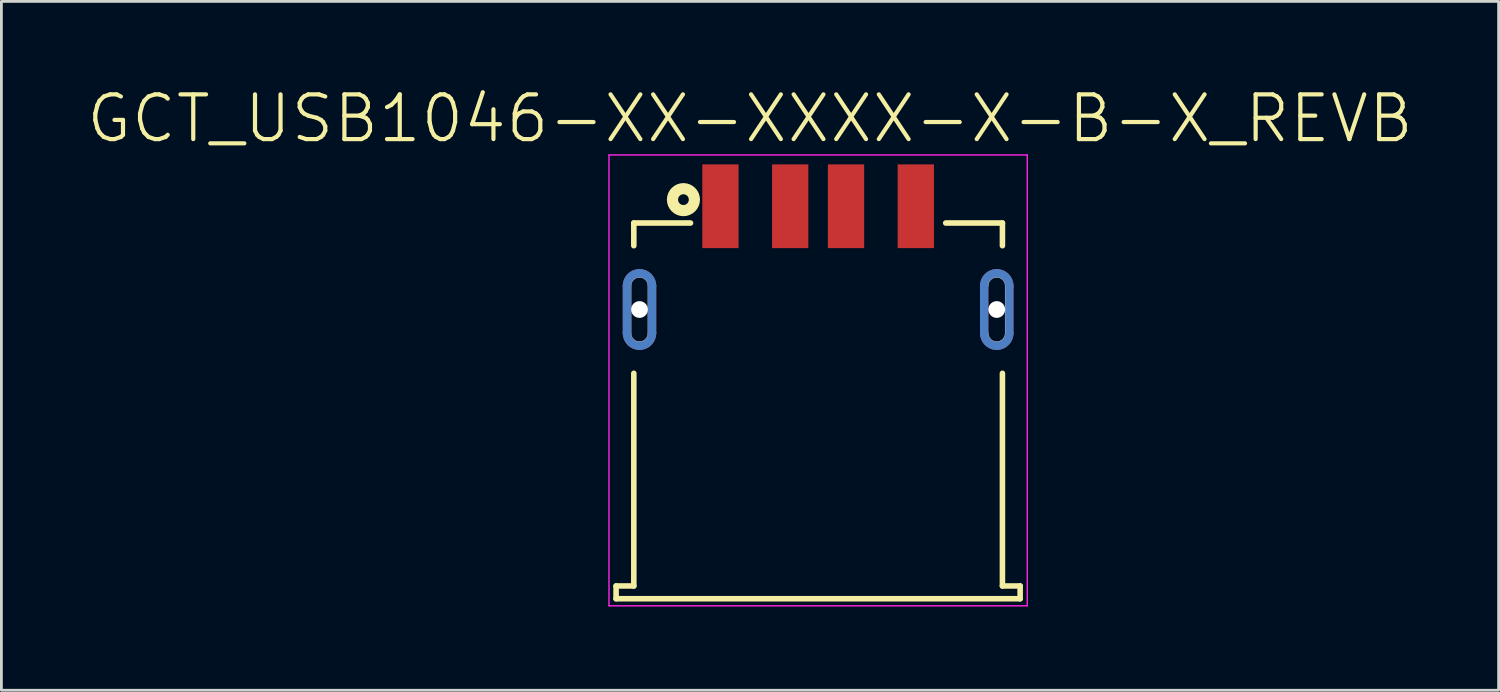
<source format=kicad_pcb>
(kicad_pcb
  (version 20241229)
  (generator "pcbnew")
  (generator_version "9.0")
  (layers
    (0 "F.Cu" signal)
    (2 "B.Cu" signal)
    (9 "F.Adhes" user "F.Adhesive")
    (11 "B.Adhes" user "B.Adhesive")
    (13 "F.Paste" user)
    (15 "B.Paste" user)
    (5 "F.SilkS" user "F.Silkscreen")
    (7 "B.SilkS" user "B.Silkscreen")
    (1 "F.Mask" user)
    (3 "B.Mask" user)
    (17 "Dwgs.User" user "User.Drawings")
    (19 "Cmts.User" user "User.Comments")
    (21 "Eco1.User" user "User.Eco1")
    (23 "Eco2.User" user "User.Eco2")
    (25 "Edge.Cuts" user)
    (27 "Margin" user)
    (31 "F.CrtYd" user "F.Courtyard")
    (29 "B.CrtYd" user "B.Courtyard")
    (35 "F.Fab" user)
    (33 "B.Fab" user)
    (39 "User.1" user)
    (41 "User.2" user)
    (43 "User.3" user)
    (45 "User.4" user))
  (footprint "GCT_USB1046-XX-XXXX-X-B-X_REVB"
    (layer "F.Cu")
    (at 26.264 8.04)
    (property "Reference" "GCT_USB1046-XX-XXXX-X-B-X_REVB" (at -2.441 -6.84 0) (layer "F.SilkS") (effects (font (size 1.602 1.602) (thickness 0.15))))
    (attr smd)
    (fp_line (start -6.85 0.85) (end -6.85 -0.85) (stroke (width 0.3) (type solid)) (layer "F.Cu"))
    (fp_line (start -5.95 -0.85) (end -5.95 0.85) (stroke (width 0.3) (type solid)) (layer "F.Cu"))
    (fp_line (start 5.95 0.85) (end 5.95 -0.85) (stroke (width 0.3) (type solid)) (layer "F.Cu"))
    (fp_line (start 6.85 -0.85) (end 6.85 0.85) (stroke (width 0.3) (type solid)) (layer "F.Cu"))
    (fp_arc (start -6.85 -0.85) (mid -6.718198 -1.168198) (end -6.4 -1.3) (stroke (width 0.3) (type solid)) (layer "F.Cu"))
    (fp_arc (start -6.4 -1.3) (mid -6.081802 -1.168198) (end -5.95 -0.85) (stroke (width 0.3) (type solid)) (layer "F.Cu"))
    (fp_arc (start -6.4 1.3) (mid -6.718198 1.168198) (end -6.85 0.85) (stroke (width 0.3) (type solid)) (layer "F.Cu"))
    (fp_arc (start -5.95 0.85) (mid -6.081802 1.168198) (end -6.4 1.3) (stroke (width 0.3) (type solid)) (layer "F.Cu"))
    (fp_arc (start 5.95 -0.85) (mid 6.081802 -1.168198) (end 6.4 -1.3) (stroke (width 0.3) (type solid)) (layer "F.Cu"))
    (fp_arc (start 6.4 -1.3) (mid 6.718198 -1.168198) (end 6.85 -0.85) (stroke (width 0.3) (type solid)) (layer "F.Cu"))
    (fp_arc (start 6.4 1.3) (mid 6.081802 1.168198) (end 5.95 0.85) (stroke (width 0.3) (type solid)) (layer "F.Cu"))
    (fp_arc (start 6.85 0.85) (mid 6.718198 1.168198) (end 6.4 1.3) (stroke (width 0.3) (type solid)) (layer "F.Cu"))
    (fp_poly (pts (xy -7.1 0.8) (xy -7.1 -0.8) (xy -7.099 -0.837) (xy -7.096 -0.873) (xy -7.091 -0.91) (xy -7.085 -0.946) (xy -7.076 -0.981) (xy -7.066 -1.016) (xy -7.054 -1.051) (xy -7.039 -1.085) (xy -7.024 -1.118) (xy -7.006 -1.15) (xy -6.987 -1.181) (xy -6.966 -1.211) (xy -6.944 -1.241) (xy -6.92 -1.268) (xy -6.895 -1.295) (xy -6.868 -1.32) (xy -6.841 -1.344) (xy -6.811 -1.366) (xy -6.781 -1.387) (xy -6.75 -1.406) (xy -6.718 -1.424) (xy -6.685 -1.439) (xy -6.651 -1.454) (xy -6.616 -1.466) (xy -6.581 -1.476) (xy -6.546 -1.485) (xy -6.51 -1.491) (xy -6.473 -1.496) (xy -6.437 -1.499) (xy -6.4 -1.5) (xy -6.363 -1.499) (xy -6.327 -1.496) (xy -6.29 -1.491) (xy -6.254 -1.485) (xy -6.219 -1.476) (xy -6.184 -1.466) (xy -6.149 -1.454) (xy -6.115 -1.439) (xy -6.082 -1.424) (xy -6.05 -1.406) (xy -6.019 -1.387) (xy -5.989 -1.366) (xy -5.959 -1.344) (xy -5.932 -1.32) (xy -5.905 -1.295) (xy -5.88 -1.268) (xy -5.856 -1.241) (xy -5.834 -1.211) (xy -5.813 -1.181) (xy -5.794 -1.15) (xy -5.776 -1.118) (xy -5.761 -1.085) (xy -5.746 -1.051) (xy -5.734 -1.016) (xy -5.724 -0.981) (xy -5.715 -0.946) (xy -5.709 -0.91) (xy -5.704 -0.873) (xy -5.701 -0.837) (xy -5.7 -0.8) (xy -5.7 0.8) (xy -5.701 0.837) (xy -5.704 0.873) (xy -5.709 0.91) (xy -5.715 0.946) (xy -5.724 0.981) (xy -5.734 1.016) (xy -5.746 1.051) (xy -5.761 1.085) (xy -5.776 1.118) (xy -5.794 1.15) (xy -5.813 1.181) (xy -5.834 1.211) (xy -5.856 1.241) (xy -5.88 1.268) (xy -5.905 1.295) (xy -5.932 1.32) (xy -5.959 1.344) (xy -5.989 1.366) (xy -6.019 1.387) (xy -6.05 1.406) (xy -6.082 1.424) (xy -6.115 1.439) (xy -6.149 1.454) (xy -6.184 1.466) (xy -6.219 1.476) (xy -6.254 1.485) (xy -6.29 1.491) (xy -6.327 1.496) (xy -6.363 1.499) (xy -6.4 1.5) (xy -6.437 1.499) (xy -6.473 1.496) (xy -6.51 1.491) (xy -6.546 1.485) (xy -6.581 1.476) (xy -6.616 1.466) (xy -6.651 1.454) (xy -6.685 1.439) (xy -6.718 1.424) (xy -6.75 1.406) (xy -6.781 1.387) (xy -6.811 1.366) (xy -6.841 1.344) (xy -6.868 1.32) (xy -6.895 1.295) (xy -6.92 1.268) (xy -6.944 1.241) (xy -6.966 1.211) (xy -6.987 1.181) (xy -7.006 1.15) (xy -7.024 1.118) (xy -7.039 1.085) (xy -7.054 1.051) (xy -7.066 1.016) (xy -7.076 0.981) (xy -7.085 0.946) (xy -7.091 0.91) (xy -7.096 0.873) (xy -7.099 0.837) (xy -7.1 0.8)) (stroke (width 0.001) (type solid)) (fill yes) (layer "F.Mask"))
    (fp_poly (pts (xy 5.7 0.8) (xy 5.7 -0.8) (xy 5.701 -0.837) (xy 5.704 -0.873) (xy 5.709 -0.91) (xy 5.715 -0.946) (xy 5.724 -0.981) (xy 5.734 -1.016) (xy 5.746 -1.051) (xy 5.761 -1.085) (xy 5.776 -1.118) (xy 5.794 -1.15) (xy 5.813 -1.181) (xy 5.834 -1.211) (xy 5.856 -1.241) (xy 5.88 -1.268) (xy 5.905 -1.295) (xy 5.932 -1.32) (xy 5.959 -1.344) (xy 5.989 -1.366) (xy 6.019 -1.387) (xy 6.05 -1.406) (xy 6.082 -1.424) (xy 6.115 -1.439) (xy 6.149 -1.454) (xy 6.184 -1.466) (xy 6.219 -1.476) (xy 6.254 -1.485) (xy 6.29 -1.491) (xy 6.327 -1.496) (xy 6.363 -1.499) (xy 6.4 -1.5) (xy 6.437 -1.499) (xy 6.473 -1.496) (xy 6.51 -1.491) (xy 6.546 -1.485) (xy 6.581 -1.476) (xy 6.616 -1.466) (xy 6.651 -1.454) (xy 6.685 -1.439) (xy 6.718 -1.424) (xy 6.75 -1.406) (xy 6.781 -1.387) (xy 6.811 -1.366) (xy 6.841 -1.344) (xy 6.868 -1.32) (xy 6.895 -1.295) (xy 6.92 -1.268) (xy 6.944 -1.241) (xy 6.966 -1.211) (xy 6.987 -1.181) (xy 7.006 -1.15) (xy 7.024 -1.118) (xy 7.039 -1.085) (xy 7.054 -1.051) (xy 7.066 -1.016) (xy 7.076 -0.981) (xy 7.085 -0.946) (xy 7.091 -0.91) (xy 7.096 -0.873) (xy 7.099 -0.837) (xy 7.1 -0.8) (xy 7.1 0.8) (xy 7.099 0.837) (xy 7.096 0.873) (xy 7.091 0.91) (xy 7.085 0.946) (xy 7.076 0.981) (xy 7.066 1.016) (xy 7.054 1.051) (xy 7.039 1.085) (xy 7.024 1.118) (xy 7.006 1.15) (xy 6.987 1.181) (xy 6.966 1.211) (xy 6.944 1.241) (xy 6.92 1.268) (xy 6.895 1.295) (xy 6.868 1.32) (xy 6.841 1.344) (xy 6.811 1.366) (xy 6.781 1.387) (xy 6.75 1.406) (xy 6.718 1.424) (xy 6.685 1.439) (xy 6.651 1.454) (xy 6.616 1.466) (xy 6.581 1.476) (xy 6.546 1.485) (xy 6.51 1.491) (xy 6.473 1.496) (xy 6.437 1.499) (xy 6.4 1.5) (xy 6.363 1.499) (xy 6.327 1.496) (xy 6.29 1.491) (xy 6.254 1.485) (xy 6.219 1.476) (xy 6.184 1.466) (xy 6.149 1.454) (xy 6.115 1.439) (xy 6.082 1.424) (xy 6.05 1.406) (xy 6.019 1.387) (xy 5.989 1.366) (xy 5.959 1.344) (xy 5.932 1.32) (xy 5.905 1.295) (xy 5.88 1.268) (xy 5.856 1.241) (xy 5.834 1.211) (xy 5.813 1.181) (xy 5.794 1.15) (xy 5.776 1.118) (xy 5.761 1.085) (xy 5.746 1.051) (xy 5.734 1.016) (xy 5.724 0.981) (xy 5.715 0.946) (xy 5.709 0.91) (xy 5.704 0.873) (xy 5.701 0.837) (xy 5.7 0.8)) (stroke (width 0.001) (type solid)) (fill yes) (layer "F.Mask"))
    (fp_line (start -6.85 0.85) (end -6.85 -0.85) (stroke (width 0.3) (type solid)) (layer "B.Cu"))
    (fp_line (start -5.95 -0.85) (end -5.95 0.85) (stroke (width 0.3) (type solid)) (layer "B.Cu"))
    (fp_line (start 5.95 0.85) (end 5.95 -0.85) (stroke (width 0.3) (type solid)) (layer "B.Cu"))
    (fp_line (start 6.85 -0.85) (end 6.85 0.85) (stroke (width 0.3) (type solid)) (layer "B.Cu"))
    (fp_arc (start -6.85 -0.85) (mid -6.718198 -1.168198) (end -6.4 -1.3) (stroke (width 0.3) (type solid)) (layer "B.Cu"))
    (fp_arc (start -6.4 -1.3) (mid -6.081802 -1.168198) (end -5.95 -0.85) (stroke (width 0.3) (type solid)) (layer "B.Cu"))
    (fp_arc (start -6.4 1.3) (mid -6.718198 1.168198) (end -6.85 0.85) (stroke (width 0.3) (type solid)) (layer "B.Cu"))
    (fp_arc (start -5.95 0.85) (mid -6.081802 1.168198) (end -6.4 1.3) (stroke (width 0.3) (type solid)) (layer "B.Cu"))
    (fp_arc (start 5.95 -0.85) (mid 6.081802 -1.168198) (end 6.4 -1.3) (stroke (width 0.3) (type solid)) (layer "B.Cu"))
    (fp_arc (start 6.4 -1.3) (mid 6.718198 -1.168198) (end 6.85 -0.85) (stroke (width 0.3) (type solid)) (layer "B.Cu"))
    (fp_arc (start 6.4 1.3) (mid 6.081802 1.168198) (end 5.95 0.85) (stroke (width 0.3) (type solid)) (layer "B.Cu"))
    (fp_arc (start 6.85 0.85) (mid 6.718198 1.168198) (end 6.4 1.3) (stroke (width 0.3) (type solid)) (layer "B.Cu"))
    (fp_poly (pts (xy -7.1 0.8) (xy -7.1 -0.8) (xy -7.099 -0.837) (xy -7.096 -0.873) (xy -7.091 -0.91) (xy -7.085 -0.946) (xy -7.076 -0.981) (xy -7.066 -1.016) (xy -7.054 -1.051) (xy -7.039 -1.085) (xy -7.024 -1.118) (xy -7.006 -1.15) (xy -6.987 -1.181) (xy -6.966 -1.211) (xy -6.944 -1.241) (xy -6.92 -1.268) (xy -6.895 -1.295) (xy -6.868 -1.32) (xy -6.841 -1.344) (xy -6.811 -1.366) (xy -6.781 -1.387) (xy -6.75 -1.406) (xy -6.718 -1.424) (xy -6.685 -1.439) (xy -6.651 -1.454) (xy -6.616 -1.466) (xy -6.581 -1.476) (xy -6.546 -1.485) (xy -6.51 -1.491) (xy -6.473 -1.496) (xy -6.437 -1.499) (xy -6.4 -1.5) (xy -6.363 -1.499) (xy -6.327 -1.496) (xy -6.29 -1.491) (xy -6.254 -1.485) (xy -6.219 -1.476) (xy -6.184 -1.466) (xy -6.149 -1.454) (xy -6.115 -1.439) (xy -6.082 -1.424) (xy -6.05 -1.406) (xy -6.019 -1.387) (xy -5.989 -1.366) (xy -5.959 -1.344) (xy -5.932 -1.32) (xy -5.905 -1.295) (xy -5.88 -1.268) (xy -5.856 -1.241) (xy -5.834 -1.211) (xy -5.813 -1.181) (xy -5.794 -1.15) (xy -5.776 -1.118) (xy -5.761 -1.085) (xy -5.746 -1.051) (xy -5.734 -1.016) (xy -5.724 -0.981) (xy -5.715 -0.946) (xy -5.709 -0.91) (xy -5.704 -0.873) (xy -5.701 -0.837) (xy -5.7 -0.8) (xy -5.7 0.8) (xy -5.701 0.837) (xy -5.704 0.873) (xy -5.709 0.91) (xy -5.715 0.946) (xy -5.724 0.981) (xy -5.734 1.016) (xy -5.746 1.051) (xy -5.761 1.085) (xy -5.776 1.118) (xy -5.794 1.15) (xy -5.813 1.181) (xy -5.834 1.211) (xy -5.856 1.241) (xy -5.88 1.268) (xy -5.905 1.295) (xy -5.932 1.32) (xy -5.959 1.344) (xy -5.989 1.366) (xy -6.019 1.387) (xy -6.05 1.406) (xy -6.082 1.424) (xy -6.115 1.439) (xy -6.149 1.454) (xy -6.184 1.466) (xy -6.219 1.476) (xy -6.254 1.485) (xy -6.29 1.491) (xy -6.327 1.496) (xy -6.363 1.499) (xy -6.4 1.5) (xy -6.437 1.499) (xy -6.473 1.496) (xy -6.51 1.491) (xy -6.546 1.485) (xy -6.581 1.476) (xy -6.616 1.466) (xy -6.651 1.454) (xy -6.685 1.439) (xy -6.718 1.424) (xy -6.75 1.406) (xy -6.781 1.387) (xy -6.811 1.366) (xy -6.841 1.344) (xy -6.868 1.32) (xy -6.895 1.295) (xy -6.92 1.268) (xy -6.944 1.241) (xy -6.966 1.211) (xy -6.987 1.181) (xy -7.006 1.15) (xy -7.024 1.118) (xy -7.039 1.085) (xy -7.054 1.051) (xy -7.066 1.016) (xy -7.076 0.981) (xy -7.085 0.946) (xy -7.091 0.91) (xy -7.096 0.873) (xy -7.099 0.837) (xy -7.1 0.8)) (stroke (width 0.001) (type solid)) (fill yes) (layer "B.Mask"))
    (fp_poly (pts (xy 5.7 0.8) (xy 5.7 -0.8) (xy 5.701 -0.837) (xy 5.704 -0.873) (xy 5.709 -0.91) (xy 5.715 -0.946) (xy 5.724 -0.981) (xy 5.734 -1.016) (xy 5.746 -1.051) (xy 5.761 -1.085) (xy 5.776 -1.118) (xy 5.794 -1.15) (xy 5.813 -1.181) (xy 5.834 -1.211) (xy 5.856 -1.241) (xy 5.88 -1.268) (xy 5.905 -1.295) (xy 5.932 -1.32) (xy 5.959 -1.344) (xy 5.989 -1.366) (xy 6.019 -1.387) (xy 6.05 -1.406) (xy 6.082 -1.424) (xy 6.115 -1.439) (xy 6.149 -1.454) (xy 6.184 -1.466) (xy 6.219 -1.476) (xy 6.254 -1.485) (xy 6.29 -1.491) (xy 6.327 -1.496) (xy 6.363 -1.499) (xy 6.4 -1.5) (xy 6.437 -1.499) (xy 6.473 -1.496) (xy 6.51 -1.491) (xy 6.546 -1.485) (xy 6.581 -1.476) (xy 6.616 -1.466) (xy 6.651 -1.454) (xy 6.685 -1.439) (xy 6.718 -1.424) (xy 6.75 -1.406) (xy 6.781 -1.387) (xy 6.811 -1.366) (xy 6.841 -1.344) (xy 6.868 -1.32) (xy 6.895 -1.295) (xy 6.92 -1.268) (xy 6.944 -1.241) (xy 6.966 -1.211) (xy 6.987 -1.181) (xy 7.006 -1.15) (xy 7.024 -1.118) (xy 7.039 -1.085) (xy 7.054 -1.051) (xy 7.066 -1.016) (xy 7.076 -0.981) (xy 7.085 -0.946) (xy 7.091 -0.91) (xy 7.096 -0.873) (xy 7.099 -0.837) (xy 7.1 -0.8) (xy 7.1 0.8) (xy 7.099 0.837) (xy 7.096 0.873) (xy 7.091 0.91) (xy 7.085 0.946) (xy 7.076 0.981) (xy 7.066 1.016) (xy 7.054 1.051) (xy 7.039 1.085) (xy 7.024 1.118) (xy 7.006 1.15) (xy 6.987 1.181) (xy 6.966 1.211) (xy 6.944 1.241) (xy 6.92 1.268) (xy 6.895 1.295) (xy 6.868 1.32) (xy 6.841 1.344) (xy 6.811 1.366) (xy 6.781 1.387) (xy 6.75 1.406) (xy 6.718 1.424) (xy 6.685 1.439) (xy 6.651 1.454) (xy 6.616 1.466) (xy 6.581 1.476) (xy 6.546 1.485) (xy 6.51 1.491) (xy 6.473 1.496) (xy 6.437 1.499) (xy 6.4 1.5) (xy 6.363 1.499) (xy 6.327 1.496) (xy 6.29 1.491) (xy 6.254 1.485) (xy 6.219 1.476) (xy 6.184 1.466) (xy 6.149 1.454) (xy 6.115 1.439) (xy 6.082 1.424) (xy 6.05 1.406) (xy 6.019 1.387) (xy 5.989 1.366) (xy 5.959 1.344) (xy 5.932 1.32) (xy 5.905 1.295) (xy 5.88 1.268) (xy 5.856 1.241) (xy 5.834 1.211) (xy 5.813 1.181) (xy 5.794 1.15) (xy 5.776 1.118) (xy 5.761 1.085) (xy 5.746 1.051) (xy 5.734 1.016) (xy 5.724 0.981) (xy 5.715 0.946) (xy 5.709 0.91) (xy 5.704 0.873) (xy 5.701 0.837) (xy 5.7 0.8)) (stroke (width 0.001) (type solid)) (fill yes) (layer "B.Mask"))
    (fp_line (start -7.239 9.906) (end -6.604 9.906) (stroke (width 0.2) (type solid)) (layer "F.SilkS"))
    (fp_line (start -7.239 10.363) (end -7.239 9.906) (stroke (width 0.2) (type solid)) (layer "F.SilkS"))
    (fp_line (start -7.239 10.363) (end 7.239 10.363) (stroke (width 0.2) (type solid)) (layer "F.SilkS"))
    (fp_line (start -6.604 -3.099) (end -4.572 -3.099) (stroke (width 0.2) (type solid)) (layer "F.SilkS"))
    (fp_line (start -6.604 -2.286) (end -6.604 -3.099) (stroke (width 0.2) (type solid)) (layer "F.SilkS"))
    (fp_line (start -6.604 2.286) (end -6.604 9.906) (stroke (width 0.2) (type solid)) (layer "F.SilkS"))
    (fp_line (start 4.572 -3.099) (end 6.604 -3.099) (stroke (width 0.2) (type solid)) (layer "F.SilkS"))
    (fp_line (start 6.604 -2.286) (end 6.604 -3.099) (stroke (width 0.2) (type solid)) (layer "F.SilkS"))
    (fp_line (start 6.604 9.906) (end 6.604 2.286) (stroke (width 0.2) (type solid)) (layer "F.SilkS"))
    (fp_line (start 6.604 9.906) (end 7.239 9.906) (stroke (width 0.2) (type solid)) (layer "F.SilkS"))
    (fp_line (start 7.239 10.363) (end 7.239 9.906) (stroke (width 0.2) (type solid)) (layer "F.SilkS"))
    (fp_circle (center -4.826 -3.937) (end -4.633 -3.937) (stroke (width 0.4) (type solid)) (fill no) (layer "F.SilkS"))
    (fp_line (start -6.85 0.85) (end -6.85 -0.85) (stroke (width 0.3) (type solid)) (layer "F.Paste"))
    (fp_line (start -5.95 -0.85) (end -5.95 0.85) (stroke (width 0.3) (type solid)) (layer "F.Paste"))
    (fp_line (start 5.95 0.85) (end 5.95 -0.85) (stroke (width 0.3) (type solid)) (layer "F.Paste"))
    (fp_line (start 6.85 -0.85) (end 6.85 0.85) (stroke (width 0.3) (type solid)) (layer "F.Paste"))
    (fp_arc (start -6.85 -0.85) (mid -6.718198 -1.168198) (end -6.4 -1.3) (stroke (width 0.3) (type solid)) (layer "F.Paste"))
    (fp_arc (start -6.4 -1.3) (mid -6.081802 -1.168198) (end -5.95 -0.85) (stroke (width 0.3) (type solid)) (layer "F.Paste"))
    (fp_arc (start -6.4 1.3) (mid -6.718198 1.168198) (end -6.85 0.85) (stroke (width 0.3) (type solid)) (layer "F.Paste"))
    (fp_arc (start -5.95 0.85) (mid -6.081802 1.168198) (end -6.4 1.3) (stroke (width 0.3) (type solid)) (layer "F.Paste"))
    (fp_arc (start 5.95 -0.85) (mid 6.081802 -1.168198) (end 6.4 -1.3) (stroke (width 0.3) (type solid)) (layer "F.Paste"))
    (fp_arc (start 6.4 -1.3) (mid 6.718198 -1.168198) (end 6.85 -0.85) (stroke (width 0.3) (type solid)) (layer "F.Paste"))
    (fp_arc (start 6.4 1.3) (mid 6.081802 1.168198) (end 5.95 0.85) (stroke (width 0.3) (type solid)) (layer "F.Paste"))
    (fp_arc (start 6.85 0.85) (mid 6.718198 1.168198) (end 6.4 1.3) (stroke (width 0.3) (type solid)) (layer "F.Paste"))
    (fp_line (start -6.85 0.85) (end -6.85 -0.85) (stroke (width 0.3) (type solid)) (layer "B.Paste"))
    (fp_line (start 5.95 0.85) (end 5.95 -0.85) (stroke (width 0.3) (type solid)) (layer "B.Paste"))
    (fp_line (start 6.85 -0.85) (end 6.85 0.85) (stroke (width 0.3) (type solid)) (layer "B.Paste"))
    (fp_arc (start -6.85 -0.85) (mid -6.718198 -1.168198) (end -6.4 -1.3) (stroke (width 0.3) (type solid)) (layer "B.Paste"))
    (fp_arc (start -6.4 -1.3) (mid -6.081802 -1.168198) (end -5.95 -0.85) (stroke (width 0.3) (type solid)) (layer "B.Paste"))
    (fp_arc (start -6.4 1.3) (mid -6.718198 1.168198) (end -6.85 0.85) (stroke (width 0.3) (type solid)) (layer "B.Paste"))
    (fp_arc (start -5.95 0.85) (mid -6.081802 1.168198) (end -6.4 1.3) (stroke (width 0.3) (type solid)) (layer "B.Paste"))
    (fp_arc (start 5.95 -0.85) (mid 6.081802 -1.168198) (end 6.4 -1.3) (stroke (width 0.3) (type solid)) (layer "B.Paste"))
    (fp_arc (start 6.4 -1.3) (mid 6.718198 -1.168198) (end 6.85 -0.85) (stroke (width 0.3) (type solid)) (layer "B.Paste"))
    (fp_arc (start 6.4 1.3) (mid 6.081802 1.168198) (end 5.95 0.85) (stroke (width 0.3) (type solid)) (layer "B.Paste"))
    (fp_arc (start 6.85 0.85) (mid 6.718198 1.168198) (end 6.4 1.3) (stroke (width 0.3) (type solid)) (layer "B.Paste"))
    (fp_line (start -6.7 0.85) (end -6.7 -0.85) (stroke (width 0.01) (type solid)) (layer "Edge.Cuts"))
    (fp_line (start -6.1 -0.85) (end -6.1 0.85) (stroke (width 0.01) (type solid)) (layer "Edge.Cuts"))
    (fp_line (start 6.7 -0.85) (end 6.7 0.85) (stroke (width 0.01) (type solid)) (layer "Edge.Cuts"))
    (fp_arc (start -6.7 -0.85) (mid -6.612132 -1.062132) (end -6.4 -1.15) (stroke (width 0.01) (type solid)) (layer "Edge.Cuts"))
    (fp_arc (start -6.4 -1.15) (mid -6.187868 -1.062132) (end -6.1 -0.85) (stroke (width 0.01) (type solid)) (layer "Edge.Cuts"))
    (fp_arc (start -6.4 1.15) (mid -6.612132 1.062132) (end -6.7 0.85) (stroke (width 0.01) (type solid)) (layer "Edge.Cuts"))
    (fp_arc (start -6.1 0.85) (mid -6.187868 1.062132) (end -6.4 1.15) (stroke (width 0.01) (type solid)) (layer "Edge.Cuts"))
    (fp_arc (start 6.1 -0.85) (mid 6.187868 -1.062132) (end 6.4 -1.15) (stroke (width 0.01) (type solid)) (layer "Edge.Cuts"))
    (fp_arc (start 6.4 -1.15) (mid 6.612132 -1.062132) (end 6.7 -0.85) (stroke (width 0.01) (type solid)) (layer "Edge.Cuts"))
    (fp_arc (start 6.4 1.15) (mid 6.187868 1.062132) (end 6.1 0.85) (stroke (width 0.01) (type solid)) (layer "Edge.Cuts"))
    (fp_arc (start 6.7 0.85) (mid 6.612132 1.062132) (end 6.4 1.15) (stroke (width 0.01) (type solid)) (layer "Edge.Cuts"))
    (fp_line (start -7.493 -5.537) (end 7.493 -5.537) (stroke (width 0.05) (type solid)) (layer "F.CrtYd"))
    (fp_line (start -7.493 10.617) (end -7.493 -5.537) (stroke (width 0.05) (type solid)) (layer "F.CrtYd"))
    (fp_line (start -7.493 10.617) (end 7.493 10.617) (stroke (width 0.05) (type solid)) (layer "F.CrtYd"))
    (fp_line (start 7.493 10.617) (end 7.493 -5.537) (stroke (width 0.05) (type solid)) (layer "F.CrtYd"))
    (pad "" np_thru_hole circle (at -6.4 0) (size 0.6 0.6) (drill 0.6) (layers "*.Cu" "*.Mask"))
    (pad "" np_thru_hole circle (at 6.4 0) (size 0.6 0.6) (drill 0.6) (layers "*.Cu" "*.Mask"))
    (pad "1" smd rect (at -3.5 -3.7) (size 1.3 3) (layers "F.Cu" "F.Mask" "F.Paste"))
    (pad "2" smd rect (at -1 -3.7) (size 1.3 3) (layers "F.Cu" "F.Mask" "F.Paste"))
    (pad "3" smd rect (at 1 -3.7) (size 1.3 3) (layers "F.Cu" "F.Mask" "F.Paste"))
    (pad "4" smd rect (at 3.5 -3.7) (size 1.3 3) (layers "F.Cu" "F.Mask" "F.Paste"))
    (pad "P1" smd rect (at -6.4 -1.3) (size 0.2 0.2) (layers "F.Cu"))
    (pad "P2" smd rect (at 6.4 -1.3) (size 0.2 0.2) (layers "F.Cu")))
  (gr_rect
    (start -3 -3)
    (end 50.647 21.682)
    (stroke (width 0.1) (type default))
    (fill no)
    (layer "Edge.Cuts")))
</source>
